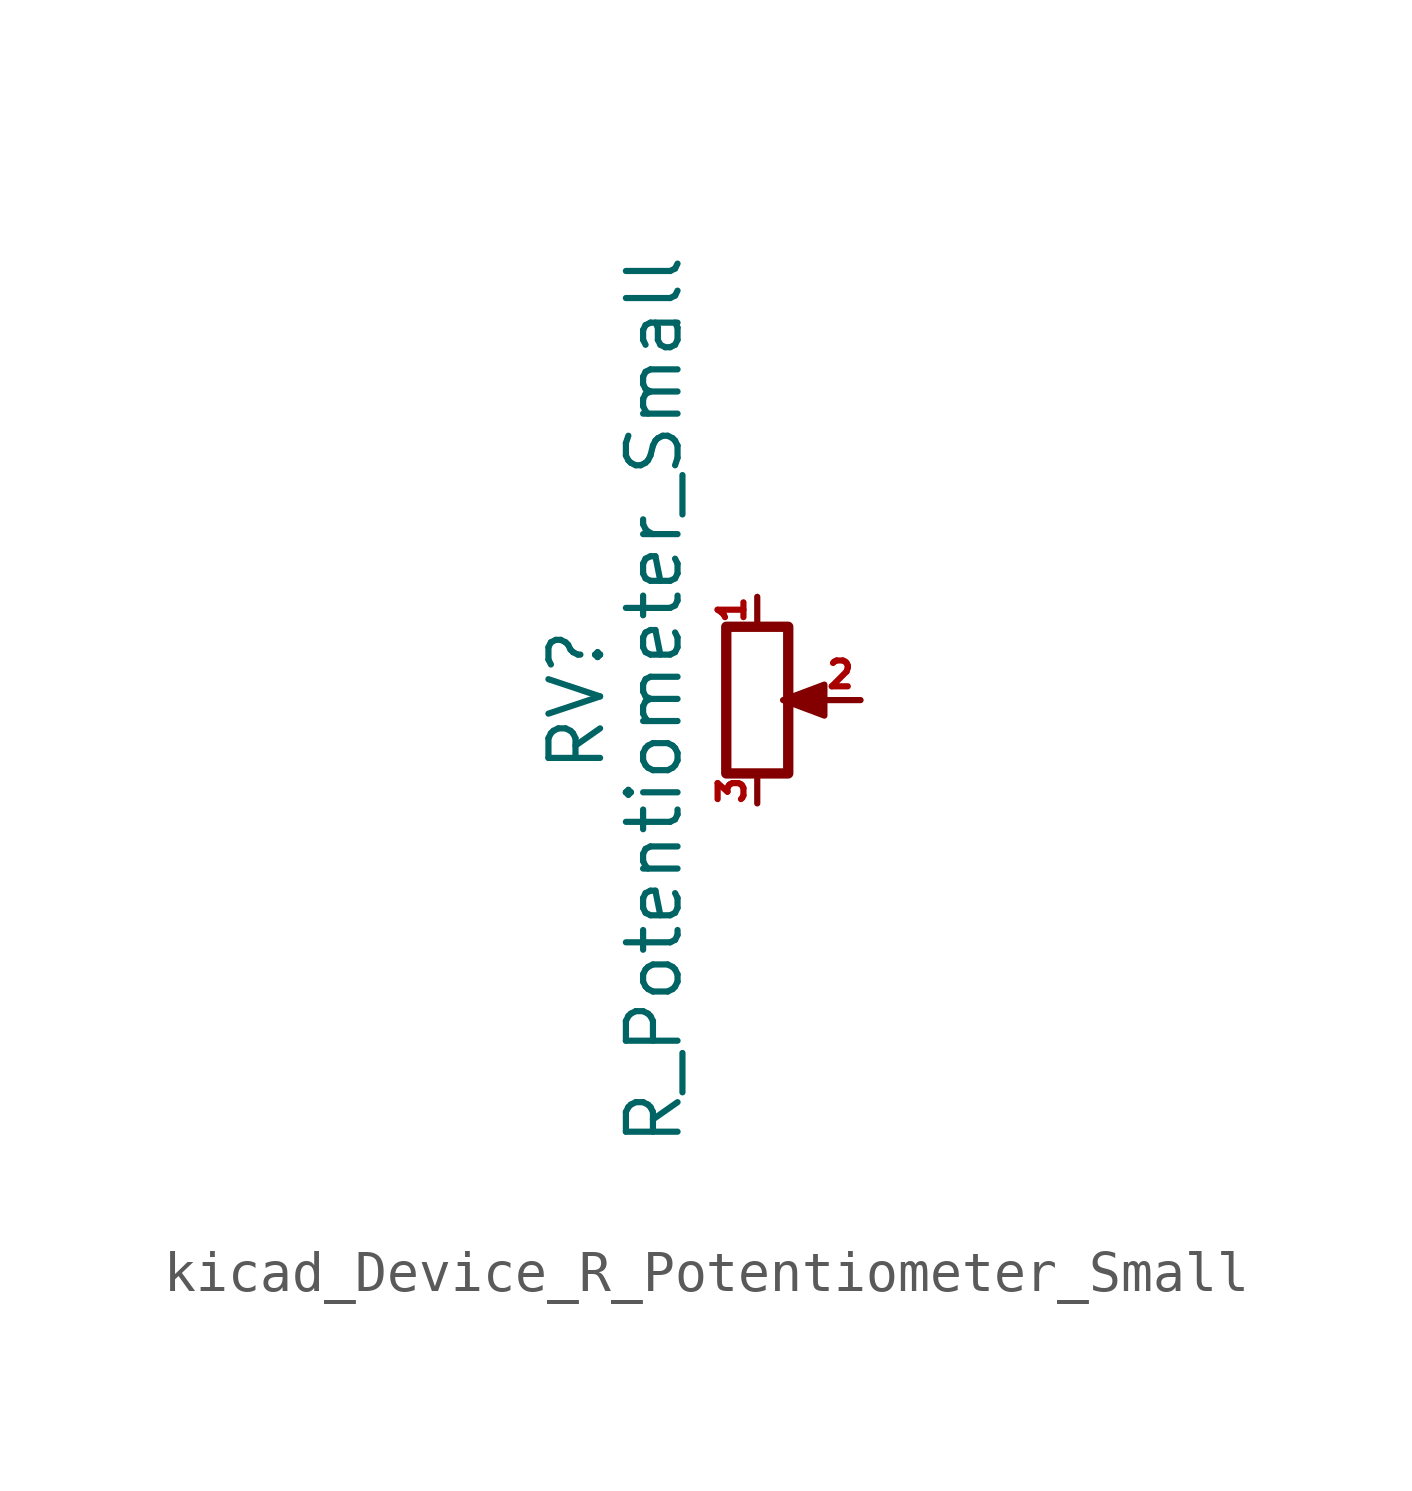
<source format=kicad_sym>
(kicad_symbol_lib
  (version 20220914)
  (generator kicad_symbol_editor)
  (symbol "kicad_Device_R_Potentiometer_Small"
    (pin_names
      (offset 1.016) hide)
    (property "Reference" "RV"
      (at -4.445 0 90)
      (effects (font (size 1.27 1.27))))
    (property "Value" "R_Potentiometer_Small"
      (at -2.54 0 90)
      (effects (font (size 1.27 1.27))))
    (symbol "kicad_Device_R_Potentiometer_Small_0_1"
      (polyline (pts (xy 0.889 0) (xy 0.635 0) (xy 1.651 0.381) (xy 1.651 -0.381) (xy 0.635 0) (xy 0.889 0)) (stroke (width 0) (type default)) (fill (type outline)))
      (rectangle (start 0.762 1.803) (end -0.762 -1.803) (stroke (width 0.254) (type default)) (fill (type none))))
    (symbol "kicad_Device_R_Potentiometer_Small_1_1"
      (pin passive line (at 0 2.54 270) (length 0.635) (name "1" (effects (font (size 0.635 0.635)))) (number "1" (effects (font (size 0.635 0.635)))))
      (pin passive line (at 2.54 0 180) (length 0.991) (name "2" (effects (font (size 0.635 0.635)))) (number "2" (effects (font (size 0.635 0.635)))))
      (pin passive line (at 0 -2.54 90) (length 0.635) (name "3" (effects (font (size 0.635 0.635)))) (number "3" (effects (font (size 0.635 0.635))))))))
</source>
